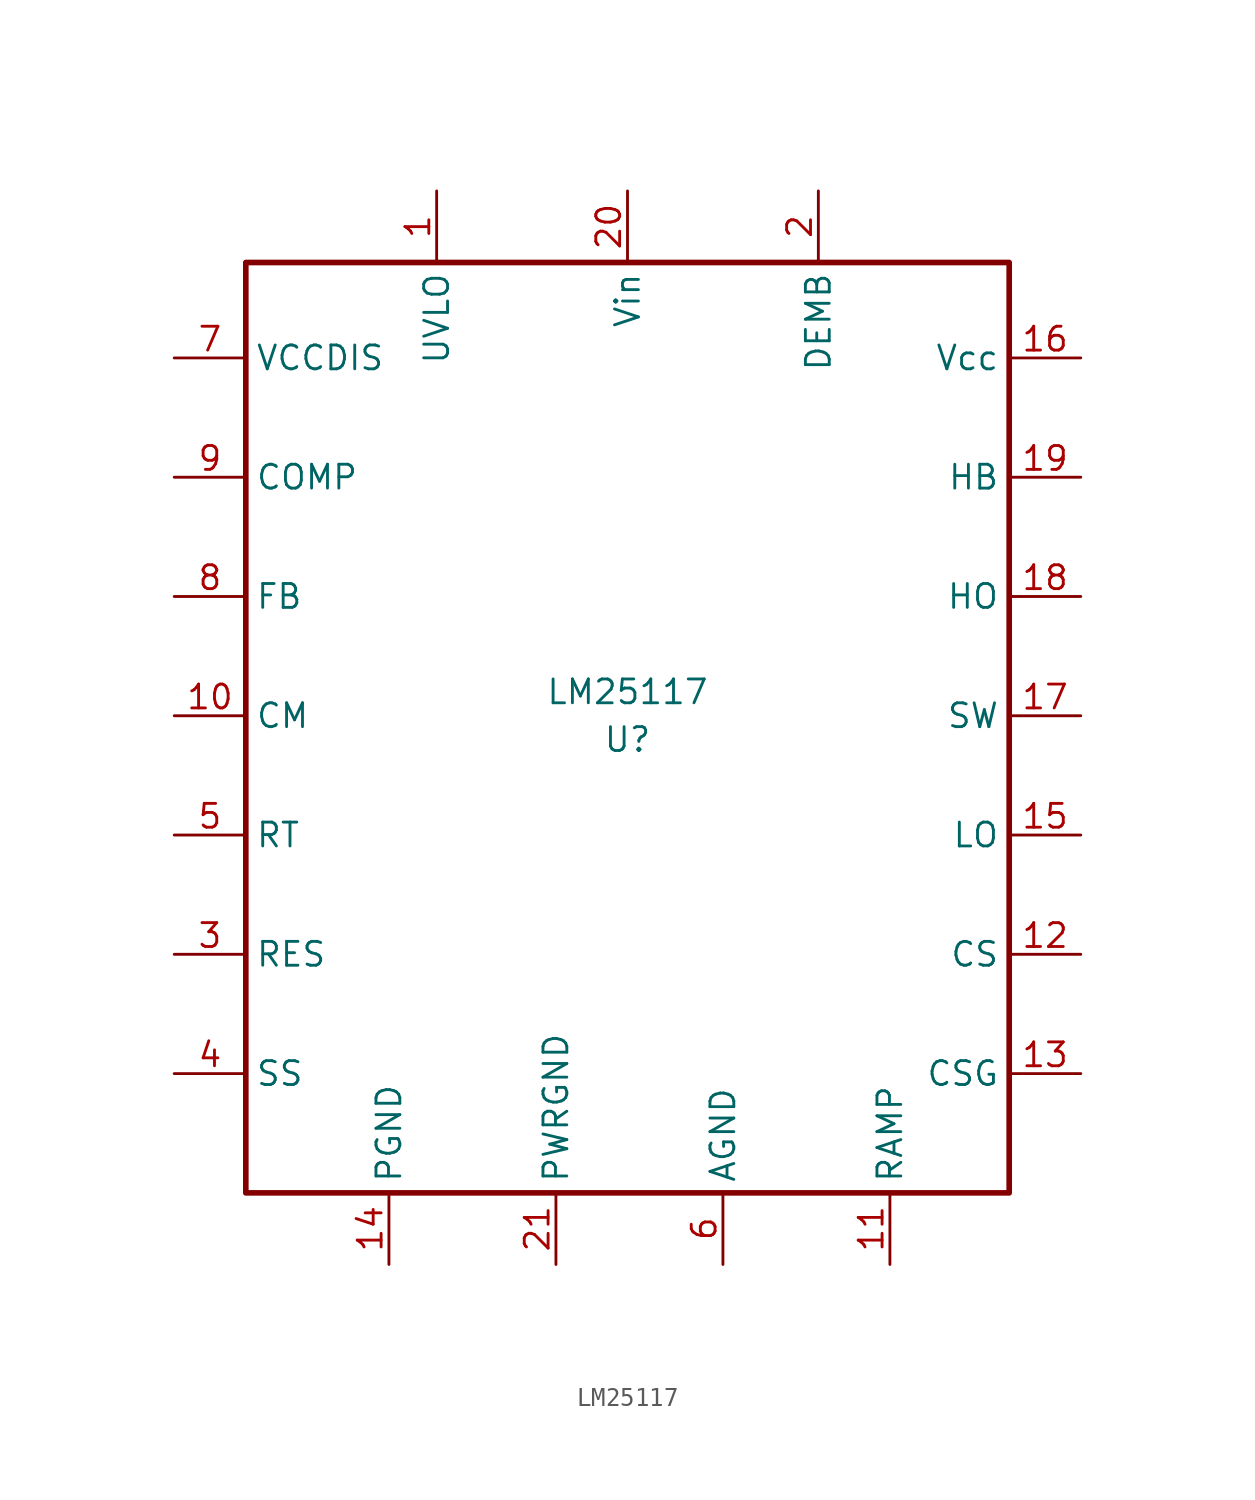
<source format=kicad_sym>
(kicad_symbol_lib
  (version 20211014)
  (generator kicad_symbol_editor)
  (symbol "LM25117"
    (property "Reference" "U"
      (at 0 24.13 0)
      (effects (font (size 1.27 1.27))))
    (property "Value" "LM25117"
      (at 0 26.67 0)
      (effects (font (size 1.27 1.27))))
    (symbol "LM25117_0_1"
      (rectangle (start -20.32 49.53) (end 20.32 0) (stroke (width 0.3) (type default) (color 0 0 0 0)) (fill (type none))))
    (symbol "LM25117_1_1"
      (pin input line (at -10.16 53.34 270) (length 3.8) (name "UVLO" (effects (font (size 1.27 1.27)))) (number "1" (effects (font (size 1.27 1.27)))))
      (pin input line (at -24.13 25.4 0) (length 3.8) (name "CM" (effects (font (size 1.27 1.27)))) (number "10" (effects (font (size 1.27 1.27)))))
      (pin input line (at 13.97 -3.81 90) (length 3.8) (name "RAMP" (effects (font (size 1.27 1.27)))) (number "11" (effects (font (size 1.27 1.27)))))
      (pin input line (at 24.13 12.7 180) (length 3.8) (name "CS" (effects (font (size 1.27 1.27)))) (number "12" (effects (font (size 1.27 1.27)))))
      (pin input line (at 24.13 6.35 180) (length 3.8) (name "CSG" (effects (font (size 1.27 1.27)))) (number "13" (effects (font (size 1.27 1.27)))))
      (pin input line (at -12.7 -3.81 90) (length 3.8) (name "PGND" (effects (font (size 1.27 1.27)))) (number "14" (effects (font (size 1.27 1.27)))))
      (pin input line (at 24.13 19.05 180) (length 3.8) (name "LO" (effects (font (size 1.27 1.27)))) (number "15" (effects (font (size 1.27 1.27)))))
      (pin input line (at 24.13 44.45 180) (length 3.8) (name "Vcc" (effects (font (size 1.27 1.27)))) (number "16" (effects (font (size 1.27 1.27)))))
      (pin input line (at 24.13 25.4 180) (length 3.8) (name "SW" (effects (font (size 1.27 1.27)))) (number "17" (effects (font (size 1.27 1.27)))))
      (pin input line (at 24.13 31.75 180) (length 3.8) (name "HO" (effects (font (size 1.27 1.27)))) (number "18" (effects (font (size 1.27 1.27)))))
      (pin input line (at 24.13 38.1 180) (length 3.8) (name "HB" (effects (font (size 1.27 1.27)))) (number "19" (effects (font (size 1.27 1.27)))))
      (pin input line (at 10.16 53.34 270) (length 3.8) (name "DEMB" (effects (font (size 1.27 1.27)))) (number "2" (effects (font (size 1.27 1.27)))))
      (pin input line (at 0 53.34 270) (length 3.8) (name "Vin" (effects (font (size 1.27 1.27)))) (number "20" (effects (font (size 1.27 1.27)))))
      (pin input line (at -3.81 -3.81 90) (length 3.8) (name "PWRGND" (effects (font (size 1.27 1.27)))) (number "21" (effects (font (size 1.27 1.27)))))
      (pin input line (at -24.13 12.7 0) (length 3.8) (name "RES" (effects (font (size 1.27 1.27)))) (number "3" (effects (font (size 1.27 1.27)))))
      (pin input line (at -24.13 6.35 0) (length 3.8) (name "SS" (effects (font (size 1.27 1.27)))) (number "4" (effects (font (size 1.27 1.27)))))
      (pin input line (at -24.13 19.05 0) (length 3.8) (name "RT" (effects (font (size 1.27 1.27)))) (number "5" (effects (font (size 1.27 1.27)))))
      (pin input line (at 5.08 -3.81 90) (length 3.8) (name "AGND" (effects (font (size 1.27 1.27)))) (number "6" (effects (font (size 1.27 1.27)))))
      (pin input line (at -24.13 44.45 0) (length 3.8) (name "VCCDIS" (effects (font (size 1.27 1.27)))) (number "7" (effects (font (size 1.27 1.27)))))
      (pin input line (at -24.13 31.75 0) (length 3.8) (name "FB" (effects (font (size 1.27 1.27)))) (number "8" (effects (font (size 1.27 1.27)))))
      (pin input line (at -24.13 38.1 0) (length 3.8) (name "COMP" (effects (font (size 1.27 1.27)))) (number "9" (effects (font (size 1.27 1.27))))))))
</source>
